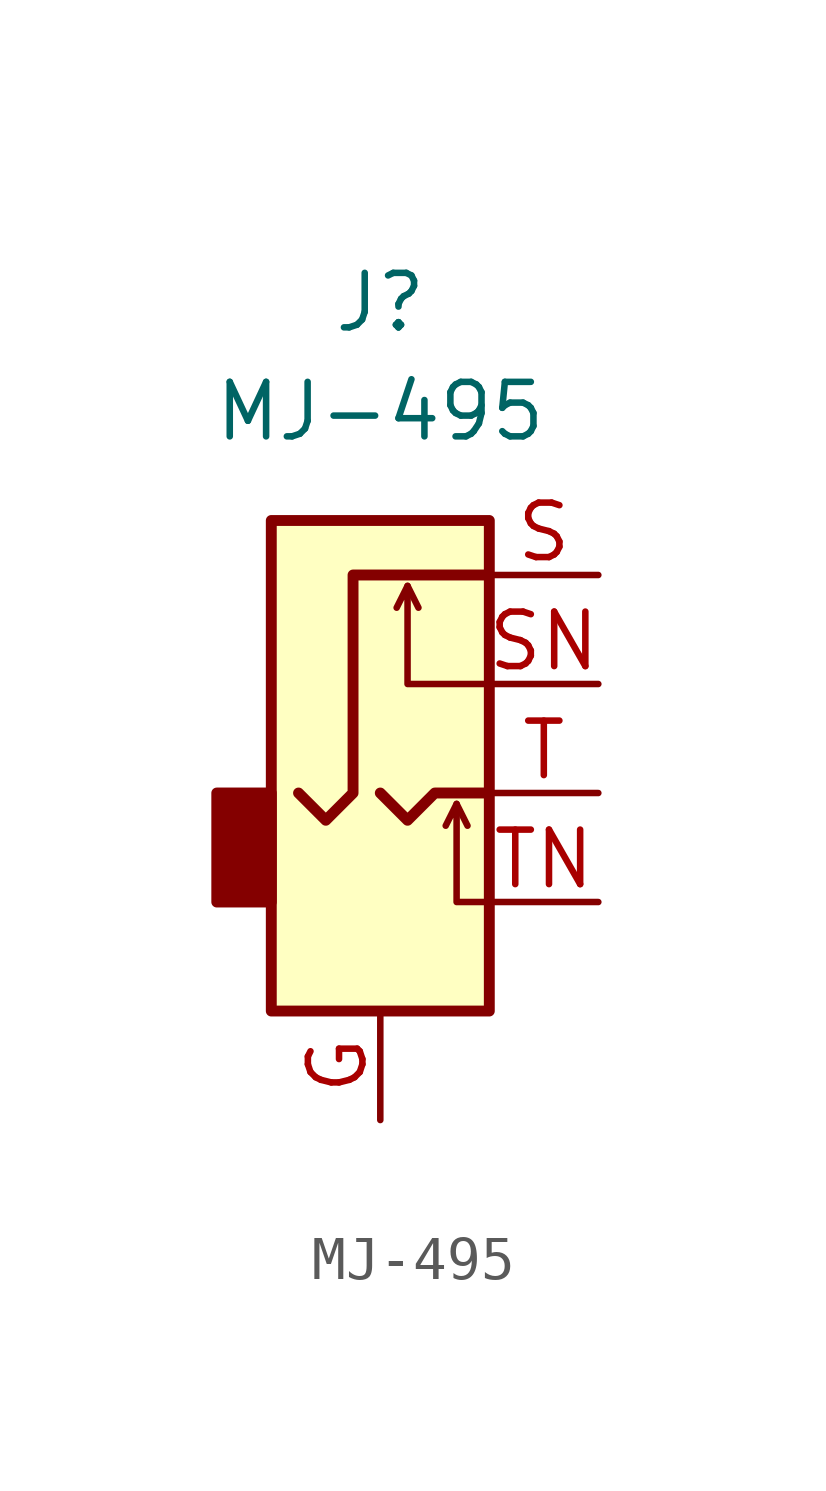
<source format=kicad_sym>
(kicad_symbol_lib
  (version 20211014)
  (generator kicad_symbol_editor)
  (symbol "MJ-495"
    (property "Reference" "J"
      (at 0 11.43 0)
      (effects (font (size 1.27 1.27))))
    (property "Value" "MJ-495"
      (at 0 8.89 0)
      (effects (font (size 1.27 1.27))))
    (symbol "MJ-495_0_1"
      (rectangle (start -2.54 -2.54) (end -3.81 0) (stroke (width 0.254) (type default) (color 0 0 0 0)) (fill (type outline)))
      (rectangle (start 2.54 6.35) (end -2.54 -5.08) (stroke (width 0.254) (type default) (color 0 0 0 0)) (fill (type background))))
    (symbol "MJ-495_1_1"
      (polyline (pts (xy 0.635 4.826) (xy 0.889 4.318)) (stroke (width 0) (type default) (color 0 0 0 0)) (fill (type none)))
      (polyline (pts (xy 1.778 -0.254) (xy 2.032 -0.762)) (stroke (width 0) (type default) (color 0 0 0 0)) (fill (type none)))
      (polyline (pts (xy 0 0) (xy 0.635 -0.635) (xy 1.27 0) (xy 2.54 0)) (stroke (width 0.254) (type default) (color 0 0 0 0)) (fill (type none)))
      (polyline (pts (xy 2.54 -2.54) (xy 1.778 -2.54) (xy 1.778 -0.254) (xy 1.524 -0.762)) (stroke (width 0) (type default) (color 0 0 0 0)) (fill (type none)))
      (polyline (pts (xy 2.54 2.54) (xy 0.635 2.54) (xy 0.635 4.826) (xy 0.381 4.318)) (stroke (width 0) (type default) (color 0 0 0 0)) (fill (type none)))
      (polyline (pts (xy 2.54 5.08) (xy -0.635 5.08) (xy -0.635 0) (xy -1.27 -0.635) (xy -1.905 0)) (stroke (width 0.254) (type default) (color 0 0 0 0)) (fill (type none)))
      (pin passive line (at 0 -7.62 90) (length 2.54) (name "~" (effects (font (size 1.27 1.27)))) (number "G" (effects (font (size 1.27 1.27)))))
      (pin passive line (at 5.08 5.08 180) (length 2.54) (name "~" (effects (font (size 1.27 1.27)))) (number "S" (effects (font (size 1.27 1.27)))))
      (pin passive line (at 5.08 2.54 180) (length 2.54) (name "~" (effects (font (size 1.27 1.27)))) (number "SN" (effects (font (size 1.27 1.27)))))
      (pin passive line (at 5.08 0 180) (length 2.54) (name "~" (effects (font (size 1.27 1.27)))) (number "T" (effects (font (size 1.27 1.27)))))
      (pin passive line (at 5.08 -2.54 180) (length 2.54) (name "~" (effects (font (size 1.27 1.27)))) (number "TN" (effects (font (size 1.27 1.27))))))))
</source>
